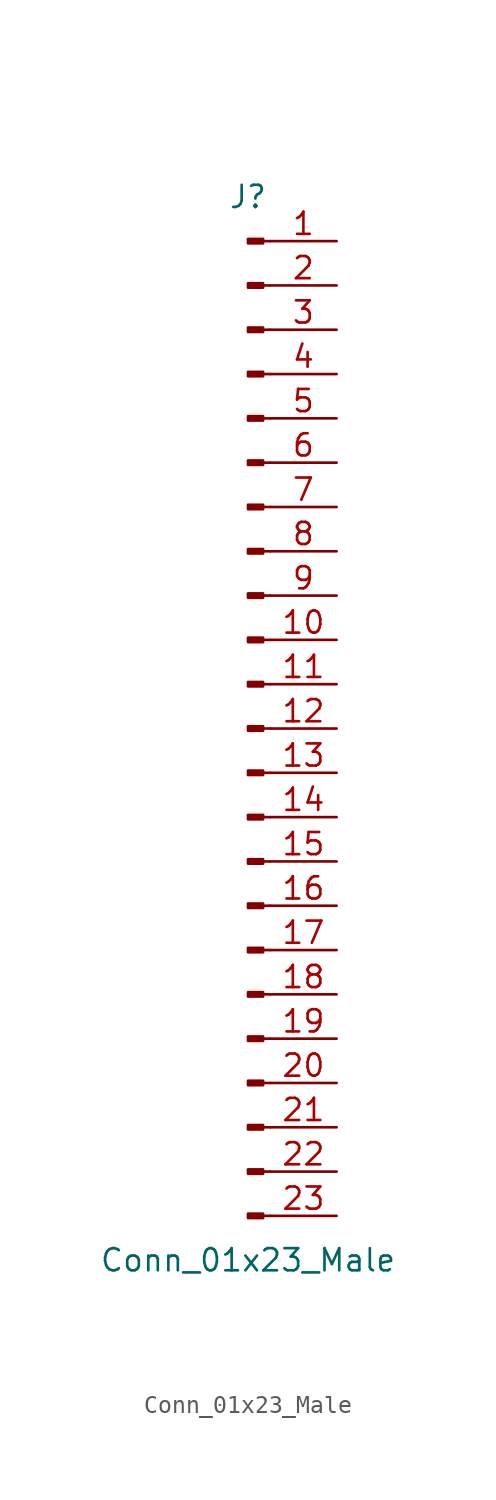
<source format=kicad_sym>
(kicad_symbol_lib
  (version 20201005)
  (generator kicad_symbol_editor)
  (symbol "Connector:Conn_01x23_Male"
    (pin_names
      (offset 1.016) hide)
    (property "Reference" "J"
      (at 0 30.48 0)
      (effects (font (size 1.27 1.27))))
    (property "Value" "Conn_01x23_Male"
      (at 0 -30.48 0)
      (effects (font (size 1.27 1.27))))
    (symbol "Conn_01x23_Male_1_1"
      (rectangle (start 0.864 -27.813) (end 0 -28.067) (stroke (width 0.152)) (fill (type outline)))
      (rectangle (start 0.864 -25.273) (end 0 -25.527) (stroke (width 0.152)) (fill (type outline)))
      (rectangle (start 0.864 -22.733) (end 0 -22.987) (stroke (width 0.152)) (fill (type outline)))
      (rectangle (start 0.864 -20.193) (end 0 -20.447) (stroke (width 0.152)) (fill (type outline)))
      (rectangle (start 0.864 -17.653) (end 0 -17.907) (stroke (width 0.152)) (fill (type outline)))
      (rectangle (start 0.864 -15.113) (end 0 -15.367) (stroke (width 0.152)) (fill (type outline)))
      (rectangle (start 0.864 -12.573) (end 0 -12.827) (stroke (width 0.152)) (fill (type outline)))
      (rectangle (start 0.864 -10.033) (end 0 -10.287) (stroke (width 0.152)) (fill (type outline)))
      (rectangle (start 0.864 -7.493) (end 0 -7.747) (stroke (width 0.152)) (fill (type outline)))
      (rectangle (start 0.864 -4.953) (end 0 -5.207) (stroke (width 0.152)) (fill (type outline)))
      (rectangle (start 0.864 -2.413) (end 0 -2.667) (stroke (width 0.152)) (fill (type outline)))
      (rectangle (start 0.864 0.127) (end 0 -0.127) (stroke (width 0.152)) (fill (type outline)))
      (rectangle (start 0.864 2.667) (end 0 2.413) (stroke (width 0.152)) (fill (type outline)))
      (rectangle (start 0.864 5.207) (end 0 4.953) (stroke (width 0.152)) (fill (type outline)))
      (rectangle (start 0.864 7.747) (end 0 7.493) (stroke (width 0.152)) (fill (type outline)))
      (rectangle (start 0.864 10.287) (end 0 10.033) (stroke (width 0.152)) (fill (type outline)))
      (rectangle (start 0.864 12.827) (end 0 12.573) (stroke (width 0.152)) (fill (type outline)))
      (rectangle (start 0.864 15.367) (end 0 15.113) (stroke (width 0.152)) (fill (type outline)))
      (rectangle (start 0.864 17.907) (end 0 17.653) (stroke (width 0.152)) (fill (type outline)))
      (rectangle (start 0.864 20.447) (end 0 20.193) (stroke (width 0.152)) (fill (type outline)))
      (rectangle (start 0.864 22.987) (end 0 22.733) (stroke (width 0.152)) (fill (type outline)))
      (rectangle (start 0.864 25.527) (end 0 25.273) (stroke (width 0.152)) (fill (type outline)))
      (rectangle (start 0.864 28.067) (end 0 27.813) (stroke (width 0.152)) (fill (type outline)))
      (polyline (pts (xy 1.27 -27.94) (xy 0.864 -27.94)) (stroke (width 0.152)) (fill (type none)))
      (polyline (pts (xy 1.27 -25.4) (xy 0.864 -25.4)) (stroke (width 0.152)) (fill (type none)))
      (polyline (pts (xy 1.27 -22.86) (xy 0.864 -22.86)) (stroke (width 0.152)) (fill (type none)))
      (polyline (pts (xy 1.27 -20.32) (xy 0.864 -20.32)) (stroke (width 0.152)) (fill (type none)))
      (polyline (pts (xy 1.27 -17.78) (xy 0.864 -17.78)) (stroke (width 0.152)) (fill (type none)))
      (polyline (pts (xy 1.27 -15.24) (xy 0.864 -15.24)) (stroke (width 0.152)) (fill (type none)))
      (polyline (pts (xy 1.27 -12.7) (xy 0.864 -12.7)) (stroke (width 0.152)) (fill (type none)))
      (polyline (pts (xy 1.27 -10.16) (xy 0.864 -10.16)) (stroke (width 0.152)) (fill (type none)))
      (polyline (pts (xy 1.27 -7.62) (xy 0.864 -7.62)) (stroke (width 0.152)) (fill (type none)))
      (polyline (pts (xy 1.27 -5.08) (xy 0.864 -5.08)) (stroke (width 0.152)) (fill (type none)))
      (polyline (pts (xy 1.27 -2.54) (xy 0.864 -2.54)) (stroke (width 0.152)) (fill (type none)))
      (polyline (pts (xy 1.27 0) (xy 0.864 0)) (stroke (width 0.152)) (fill (type none)))
      (polyline (pts (xy 1.27 2.54) (xy 0.864 2.54)) (stroke (width 0.152)) (fill (type none)))
      (polyline (pts (xy 1.27 5.08) (xy 0.864 5.08)) (stroke (width 0.152)) (fill (type none)))
      (polyline (pts (xy 1.27 7.62) (xy 0.864 7.62)) (stroke (width 0.152)) (fill (type none)))
      (polyline (pts (xy 1.27 10.16) (xy 0.864 10.16)) (stroke (width 0.152)) (fill (type none)))
      (polyline (pts (xy 1.27 12.7) (xy 0.864 12.7)) (stroke (width 0.152)) (fill (type none)))
      (polyline (pts (xy 1.27 15.24) (xy 0.864 15.24)) (stroke (width 0.152)) (fill (type none)))
      (polyline (pts (xy 1.27 17.78) (xy 0.864 17.78)) (stroke (width 0.152)) (fill (type none)))
      (polyline (pts (xy 1.27 20.32) (xy 0.864 20.32)) (stroke (width 0.152)) (fill (type none)))
      (polyline (pts (xy 1.27 22.86) (xy 0.864 22.86)) (stroke (width 0.152)) (fill (type none)))
      (polyline (pts (xy 1.27 25.4) (xy 0.864 25.4)) (stroke (width 0.152)) (fill (type none)))
      (polyline (pts (xy 1.27 27.94) (xy 0.864 27.94)) (stroke (width 0.152)) (fill (type none)))
      (pin passive line (at 5.08 27.94 180) (length 3.81) (name "Pin_1" (effects (font (size 1.27 1.27)))) (number "1" (effects (font (size 1.27 1.27)))))
      (pin passive line (at 5.08 5.08 180) (length 3.81) (name "Pin_10" (effects (font (size 1.27 1.27)))) (number "10" (effects (font (size 1.27 1.27)))))
      (pin passive line (at 5.08 2.54 180) (length 3.81) (name "Pin_11" (effects (font (size 1.27 1.27)))) (number "11" (effects (font (size 1.27 1.27)))))
      (pin passive line (at 5.08 0 180) (length 3.81) (name "Pin_12" (effects (font (size 1.27 1.27)))) (number "12" (effects (font (size 1.27 1.27)))))
      (pin passive line (at 5.08 -2.54 180) (length 3.81) (name "Pin_13" (effects (font (size 1.27 1.27)))) (number "13" (effects (font (size 1.27 1.27)))))
      (pin passive line (at 5.08 -5.08 180) (length 3.81) (name "Pin_14" (effects (font (size 1.27 1.27)))) (number "14" (effects (font (size 1.27 1.27)))))
      (pin passive line (at 5.08 -7.62 180) (length 3.81) (name "Pin_15" (effects (font (size 1.27 1.27)))) (number "15" (effects (font (size 1.27 1.27)))))
      (pin passive line (at 5.08 -10.16 180) (length 3.81) (name "Pin_16" (effects (font (size 1.27 1.27)))) (number "16" (effects (font (size 1.27 1.27)))))
      (pin passive line (at 5.08 -12.7 180) (length 3.81) (name "Pin_17" (effects (font (size 1.27 1.27)))) (number "17" (effects (font (size 1.27 1.27)))))
      (pin passive line (at 5.08 -15.24 180) (length 3.81) (name "Pin_18" (effects (font (size 1.27 1.27)))) (number "18" (effects (font (size 1.27 1.27)))))
      (pin passive line (at 5.08 -17.78 180) (length 3.81) (name "Pin_19" (effects (font (size 1.27 1.27)))) (number "19" (effects (font (size 1.27 1.27)))))
      (pin passive line (at 5.08 25.4 180) (length 3.81) (name "Pin_2" (effects (font (size 1.27 1.27)))) (number "2" (effects (font (size 1.27 1.27)))))
      (pin passive line (at 5.08 -20.32 180) (length 3.81) (name "Pin_20" (effects (font (size 1.27 1.27)))) (number "20" (effects (font (size 1.27 1.27)))))
      (pin passive line (at 5.08 -22.86 180) (length 3.81) (name "Pin_21" (effects (font (size 1.27 1.27)))) (number "21" (effects (font (size 1.27 1.27)))))
      (pin passive line (at 5.08 -25.4 180) (length 3.81) (name "Pin_22" (effects (font (size 1.27 1.27)))) (number "22" (effects (font (size 1.27 1.27)))))
      (pin passive line (at 5.08 -27.94 180) (length 3.81) (name "Pin_23" (effects (font (size 1.27 1.27)))) (number "23" (effects (font (size 1.27 1.27)))))
      (pin passive line (at 5.08 22.86 180) (length 3.81) (name "Pin_3" (effects (font (size 1.27 1.27)))) (number "3" (effects (font (size 1.27 1.27)))))
      (pin passive line (at 5.08 20.32 180) (length 3.81) (name "Pin_4" (effects (font (size 1.27 1.27)))) (number "4" (effects (font (size 1.27 1.27)))))
      (pin passive line (at 5.08 17.78 180) (length 3.81) (name "Pin_5" (effects (font (size 1.27 1.27)))) (number "5" (effects (font (size 1.27 1.27)))))
      (pin passive line (at 5.08 15.24 180) (length 3.81) (name "Pin_6" (effects (font (size 1.27 1.27)))) (number "6" (effects (font (size 1.27 1.27)))))
      (pin passive line (at 5.08 12.7 180) (length 3.81) (name "Pin_7" (effects (font (size 1.27 1.27)))) (number "7" (effects (font (size 1.27 1.27)))))
      (pin passive line (at 5.08 10.16 180) (length 3.81) (name "Pin_8" (effects (font (size 1.27 1.27)))) (number "8" (effects (font (size 1.27 1.27)))))
      (pin passive line (at 5.08 7.62 180) (length 3.81) (name "Pin_9" (effects (font (size 1.27 1.27)))) (number "9" (effects (font (size 1.27 1.27))))))))
</source>
